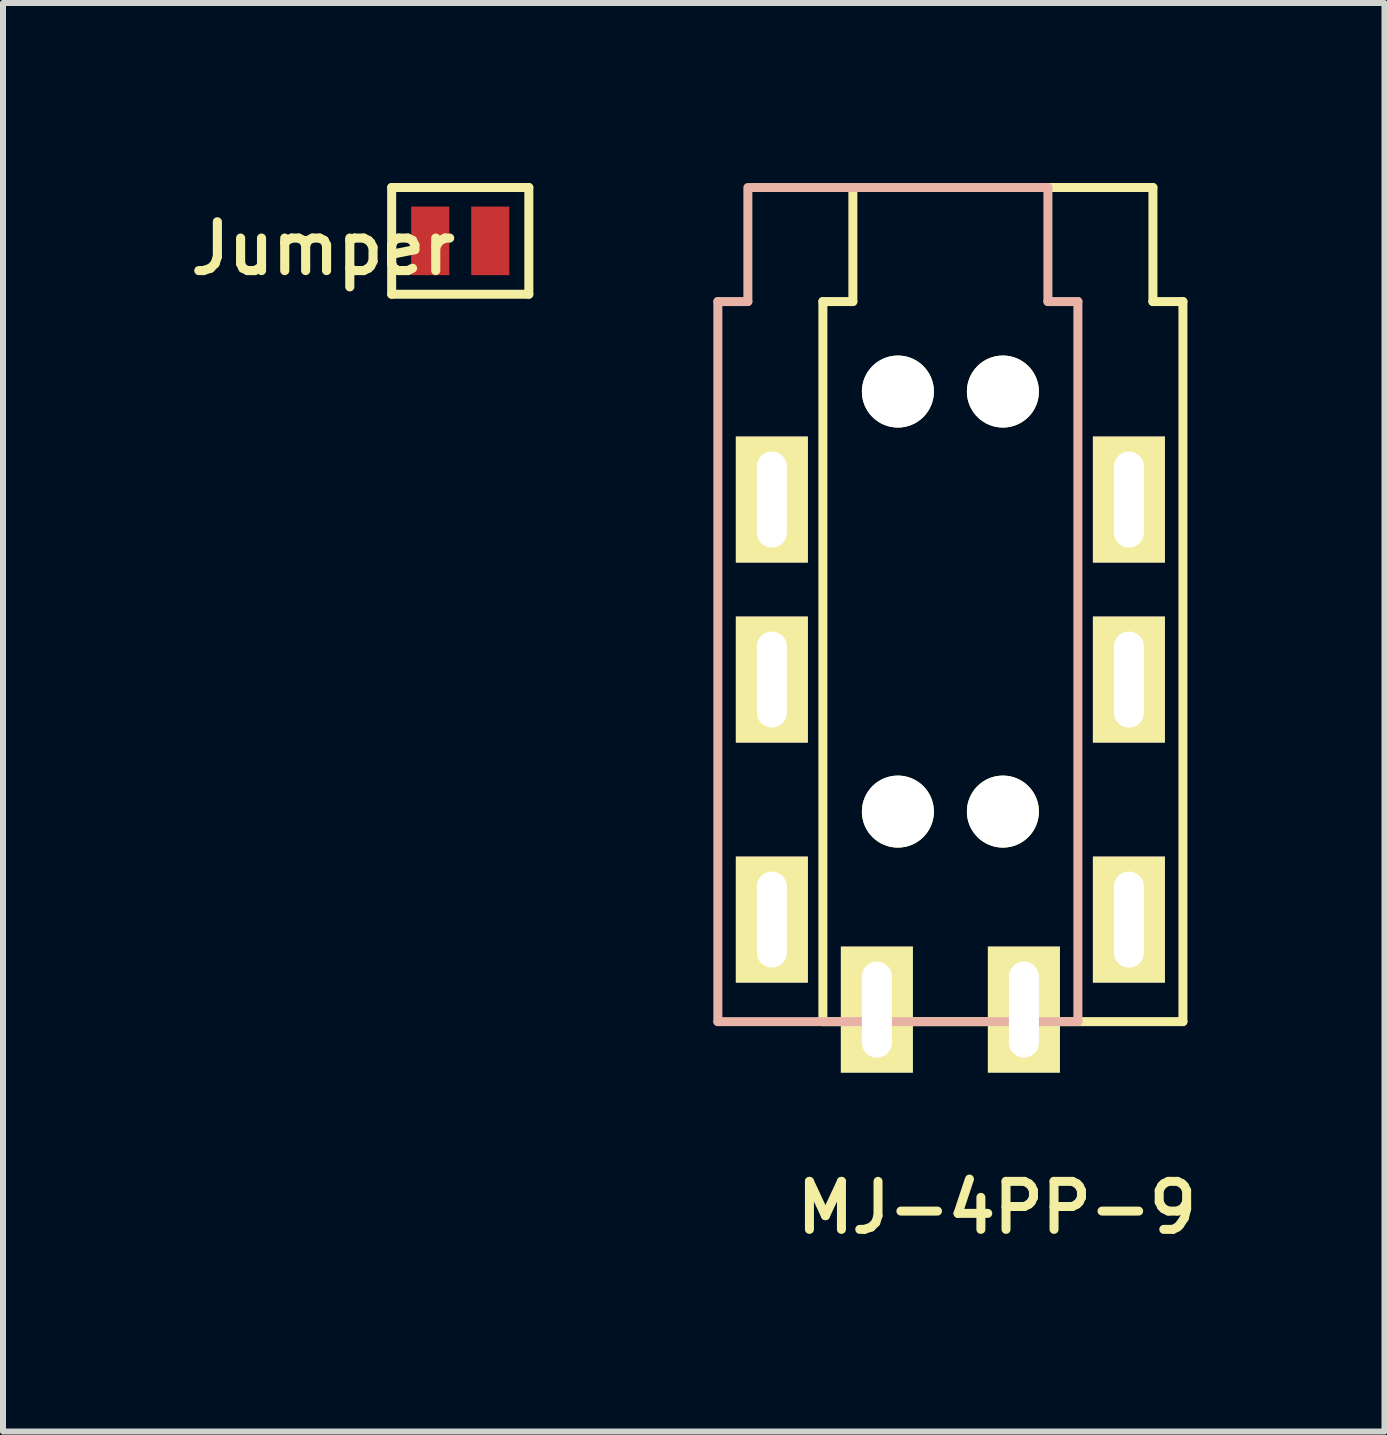
<source format=kicad_pcb>
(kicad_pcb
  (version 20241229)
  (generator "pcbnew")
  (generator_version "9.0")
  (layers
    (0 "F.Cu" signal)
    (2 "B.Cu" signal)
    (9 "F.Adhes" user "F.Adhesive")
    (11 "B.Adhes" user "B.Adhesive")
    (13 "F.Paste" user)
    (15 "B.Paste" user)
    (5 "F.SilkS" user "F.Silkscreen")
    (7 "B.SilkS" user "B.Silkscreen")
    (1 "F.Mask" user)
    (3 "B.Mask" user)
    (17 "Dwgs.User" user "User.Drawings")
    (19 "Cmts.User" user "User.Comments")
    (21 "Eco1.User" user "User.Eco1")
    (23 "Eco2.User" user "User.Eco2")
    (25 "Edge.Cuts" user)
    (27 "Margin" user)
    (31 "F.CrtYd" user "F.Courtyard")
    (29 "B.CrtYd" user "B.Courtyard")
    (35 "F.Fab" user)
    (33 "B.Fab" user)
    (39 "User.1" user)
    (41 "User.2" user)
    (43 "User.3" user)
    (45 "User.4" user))
  (footprint "Jumper"
    (layer "F.Cu")
    (at 4.62 0.964)
    (property "Reference" "Jumper" (at -2.286 0.127 0) (layer "F.SilkS") (effects (font (size 0.813 0.813) (thickness 0.152))))
    (attr smd)
    (fp_line (start -1.143 -0.889) (end 1.143 -0.889) (stroke (width 0.15) (type solid)) (layer "F.SilkS"))
    (fp_line (start -1.143 0.889) (end -1.143 -0.889) (stroke (width 0.15) (type solid)) (layer "F.SilkS"))
    (fp_line (start 1.143 -0.889) (end 1.143 0.889) (stroke (width 0.15) (type solid)) (layer "F.SilkS"))
    (fp_line (start 1.143 0.889) (end -1.143 0.889) (stroke (width 0.15) (type solid)) (layer "F.SilkS"))
    (pad "1" smd rect (at -0.5 0 180) (size 0.635 1.143) (layers "F.Cu" "F.Mask" "F.Paste"))
    (pad "2" smd rect (at 0.5 0 180) (size 0.635 1.143) (layers "F.Cu" "F.Mask" "F.Paste")))
  (footprint "MJ-4PP-9"
    (layer "F.Cu")
    (at 13.663 1.975)
    (property "Reference" "MJ-4PP-9" (at -0.1 15.1 180) (layer "F.SilkS") (effects (font (size 0.8 0.8) (thickness 0.15))))
    (attr through_hole)
    (fp_line (start -3 0) (end -2.5 0) (stroke (width 0.15) (type solid)) (layer "F.SilkS"))
    (fp_line (start -3 12) (end -3 0) (stroke (width 0.15) (type solid)) (layer "F.SilkS"))
    (fp_line (start -2.5 -1.9) (end 2.5 -1.9) (stroke (width 0.15) (type solid)) (layer "F.SilkS"))
    (fp_line (start -2.5 0) (end -2.5 -1.9) (stroke (width 0.15) (type solid)) (layer "F.SilkS"))
    (fp_line (start 2.5 0) (end 2.5 -1.9) (stroke (width 0.15) (type solid)) (layer "F.SilkS"))
    (fp_line (start 3 0) (end 2.5 0) (stroke (width 0.15) (type solid)) (layer "F.SilkS"))
    (fp_line (start 3 0) (end 3 12) (stroke (width 0.15) (type solid)) (layer "F.SilkS"))
    (fp_line (start 3 12) (end -3 12) (stroke (width 0.15) (type solid)) (layer "F.SilkS"))
    (fp_line (start -4.75 0) (end -4.25 0) (stroke (width 0.15) (type solid)) (layer "B.SilkS"))
    (fp_line (start -4.75 12) (end -4.75 0) (stroke (width 0.15) (type solid)) (layer "B.SilkS"))
    (fp_line (start -4.25 0) (end -4.25 -1.9) (stroke (width 0.15) (type solid)) (layer "B.SilkS"))
    (fp_line (start -4.2 -1.9) (end 0.75 -1.9) (stroke (width 0.15) (type solid)) (layer "B.SilkS"))
    (fp_line (start 0.75 0) (end 0.75 -1.9) (stroke (width 0.15) (type solid)) (layer "B.SilkS"))
    (fp_line (start 1.25 0) (end 0.75 0) (stroke (width 0.15) (type solid)) (layer "B.SilkS"))
    (fp_line (start 1.25 0) (end 1.25 12) (stroke (width 0.15) (type solid)) (layer "B.SilkS"))
    (fp_line (start 1.25 12) (end -4.75 12) (stroke (width 0.15) (type solid)) (layer "B.SilkS"))
    (pad "" np_thru_hole circle (at -1.75 1.5) (size 1.2 1.2) (drill 1.2) (layers "*.Cu" "*.Mask" "F.SilkS"))
    (pad "" np_thru_hole circle (at -1.75 8.5) (size 1.2 1.2) (drill 1.2) (layers "*.Cu" "*.Mask" "F.SilkS"))
    (pad "" np_thru_hole circle (at 0 1.5) (size 1.2 1.2) (drill 1.2) (layers "*.Cu" "*.Mask" "F.SilkS"))
    (pad "" np_thru_hole circle (at 0 8.5) (size 1.2 1.2) (drill 1.2) (layers "*.Cu" "*.Mask" "F.SilkS"))
    (pad "1" thru_hole rect (at -3.85 10.3) (size 1.2 2.1) (drill oval 0.5 1.6) (layers "*.Cu" "*.Mask" "F.SilkS"))
    (pad "1" thru_hole rect (at 2.1 10.3) (size 1.2 2.1) (drill oval 0.5 1.6) (layers "*.Cu" "*.Mask" "F.SilkS"))
    (pad "2" thru_hole rect (at -3.85 6.3) (size 1.2 2.1) (drill oval 0.5 1.6) (layers "*.Cu" "*.Mask" "F.SilkS"))
    (pad "2" thru_hole rect (at 2.1 6.3) (size 1.2 2.1) (drill oval 0.5 1.6) (layers "*.Cu" "*.Mask" "F.SilkS"))
    (pad "3" thru_hole rect (at -3.85 3.3) (size 1.2 2.1) (drill oval 0.5 1.6) (layers "*.Cu" "*.Mask" "F.SilkS"))
    (pad "3" thru_hole rect (at 2.1 3.3) (size 1.2 2.1) (drill oval 0.5 1.6) (layers "*.Cu" "*.Mask" "F.SilkS"))
    (pad "4" thru_hole rect (at -2.1 11.8) (size 1.2 2.1) (drill oval 0.5 1.6) (layers "*.Cu" "*.Mask" "F.SilkS"))
    (pad "4" thru_hole rect (at 0.35 11.8) (size 1.2 2.1) (drill oval 0.5 1.6) (layers "*.Cu" "*.Mask" "F.SilkS")))
  (gr_rect
    (start -3 -3)
    (end 20.022 20.806)
    (stroke (width 0.1) (type default))
    (fill no)
    (layer "Edge.Cuts")))
</source>
